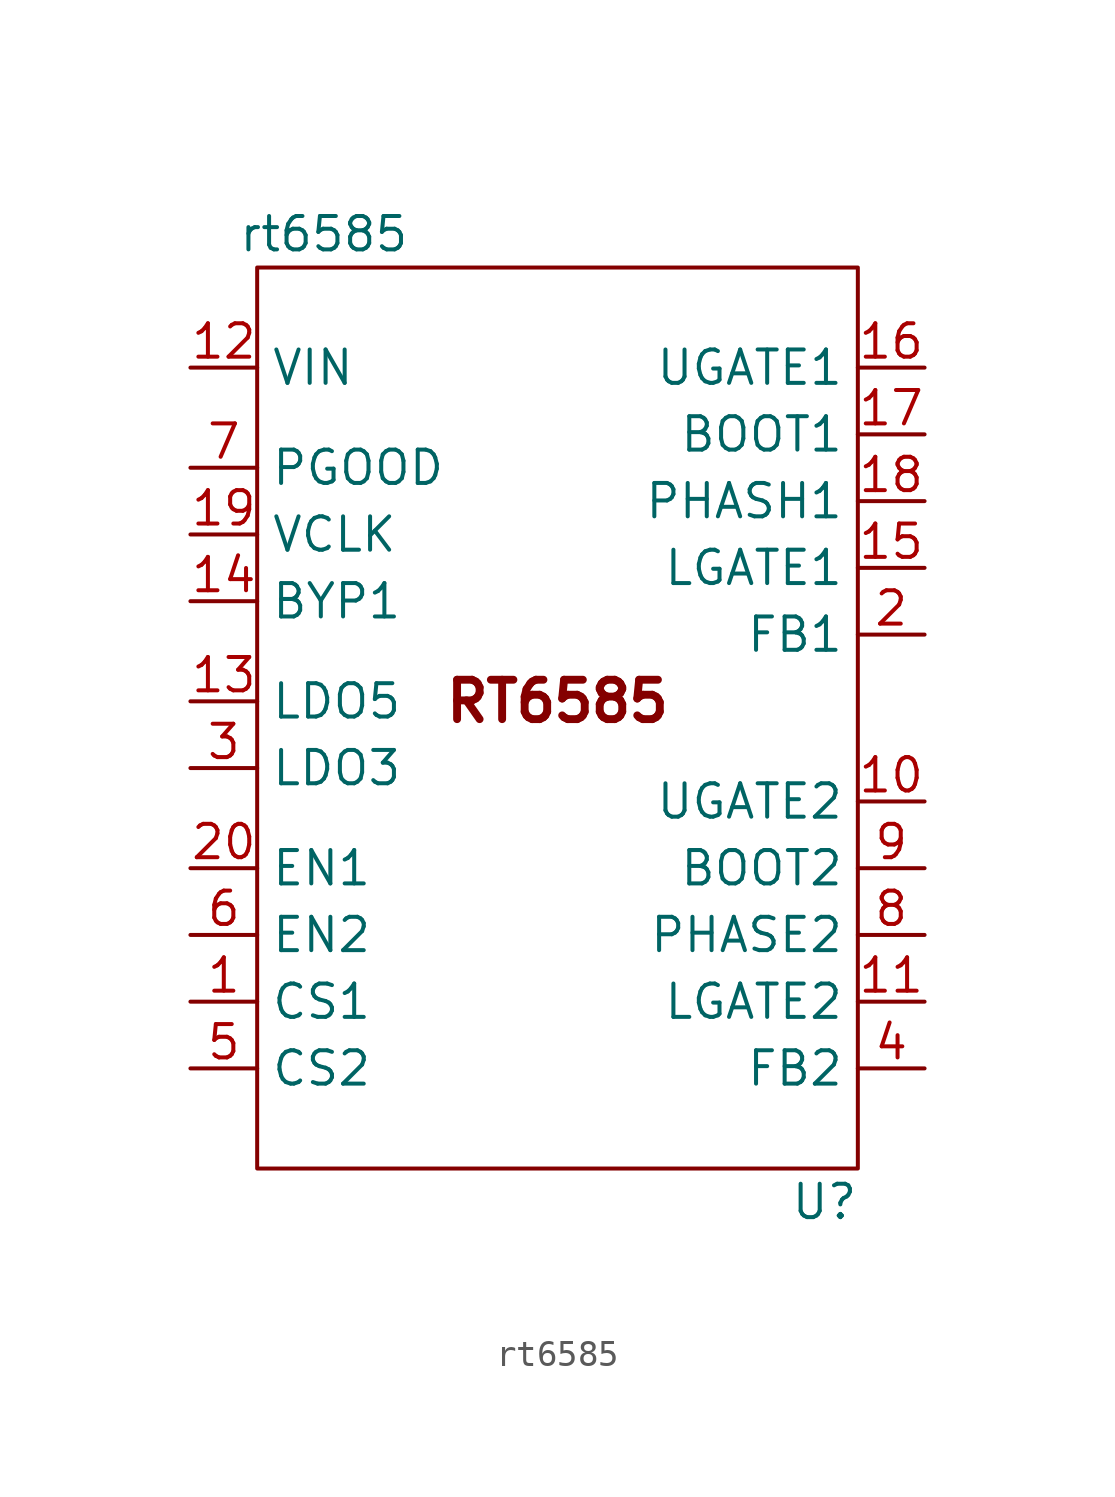
<source format=kicad_sym>
(kicad_symbol_lib
  (version 20201005)
  (generator kicad_symbol_editor)
  (symbol "rt6585:rt6585"
    (property "Reference" "U"
      (at 10.16 -19.05 0)
      (effects (font (size 1.27 1.27))))
    (property "Value" "rt6585"
      (at -8.89 17.78 0)
      (effects (font (size 1.27 1.27))))
    (symbol "rt6585_0_0"
      (text "RT6585" (at 0 0 0) (effects (font (size 1.5 1.5) bold))))
    (symbol "rt6585_0_1"
      (rectangle (start -11.43 16.51) (end 11.43 -17.78) (stroke (width 0.152)) (fill (type none))))
    (symbol "rt6585_1_1"
      (pin input line (at -13.97 -11.43 0) (length 2.54) (name "CS1" (effects (font (size 1.27 1.27)))) (number "1" (effects (font (size 1.27 1.27)))))
      (pin input line (at 13.97 -3.81 180) (length 2.54) (name "UGATE2" (effects (font (size 1.27 1.27)))) (number "10" (effects (font (size 1.27 1.27)))))
      (pin input line (at 13.97 -11.43 180) (length 2.54) (name "LGATE2" (effects (font (size 1.27 1.27)))) (number "11" (effects (font (size 1.27 1.27)))))
      (pin input line (at -13.97 12.7 0) (length 2.54) (name "VIN" (effects (font (size 1.27 1.27)))) (number "12" (effects (font (size 1.27 1.27)))))
      (pin input line (at -13.97 0 0) (length 2.54) (name "LDO5" (effects (font (size 1.27 1.27)))) (number "13" (effects (font (size 1.27 1.27)))))
      (pin input line (at -13.97 3.81 0) (length 2.54) (name "BYP1" (effects (font (size 1.27 1.27)))) (number "14" (effects (font (size 1.27 1.27)))))
      (pin input line (at 13.97 5.08 180) (length 2.54) (name "LGATE1" (effects (font (size 1.27 1.27)))) (number "15" (effects (font (size 1.27 1.27)))))
      (pin input line (at 13.97 12.7 180) (length 2.54) (name "UGATE1" (effects (font (size 1.27 1.27)))) (number "16" (effects (font (size 1.27 1.27)))))
      (pin input line (at 13.97 10.16 180) (length 2.54) (name "BOOT1" (effects (font (size 1.27 1.27)))) (number "17" (effects (font (size 1.27 1.27)))))
      (pin input line (at 13.97 7.62 180) (length 2.54) (name "PHASH1" (effects (font (size 1.27 1.27)))) (number "18" (effects (font (size 1.27 1.27)))))
      (pin input line (at -13.97 6.35 0) (length 2.54) (name "VCLK" (effects (font (size 1.27 1.27)))) (number "19" (effects (font (size 1.27 1.27)))))
      (pin input line (at 13.97 2.54 180) (length 2.54) (name "FB1" (effects (font (size 1.27 1.27)))) (number "2" (effects (font (size 1.27 1.27)))))
      (pin input line (at -13.97 -6.35 0) (length 2.54) (name "EN1" (effects (font (size 1.27 1.27)))) (number "20" (effects (font (size 1.27 1.27)))))
      (pin input line (at -13.97 -2.54 0) (length 2.54) (name "LDO3" (effects (font (size 1.27 1.27)))) (number "3" (effects (font (size 1.27 1.27)))))
      (pin input line (at 13.97 -13.97 180) (length 2.54) (name "FB2" (effects (font (size 1.27 1.27)))) (number "4" (effects (font (size 1.27 1.27)))))
      (pin input line (at -13.97 -13.97 0) (length 2.54) (name "CS2" (effects (font (size 1.27 1.27)))) (number "5" (effects (font (size 1.27 1.27)))))
      (pin input line (at -13.97 -8.89 0) (length 2.54) (name "EN2" (effects (font (size 1.27 1.27)))) (number "6" (effects (font (size 1.27 1.27)))))
      (pin input line (at -13.97 8.89 0) (length 2.54) (name "PGOOD" (effects (font (size 1.27 1.27)))) (number "7" (effects (font (size 1.27 1.27)))))
      (pin input line (at 13.97 -8.89 180) (length 2.54) (name "PHASE2" (effects (font (size 1.27 1.27)))) (number "8" (effects (font (size 1.27 1.27)))))
      (pin input line (at 13.97 -6.35 180) (length 2.54) (name "BOOT2" (effects (font (size 1.27 1.27)))) (number "9" (effects (font (size 1.27 1.27))))))))
</source>
